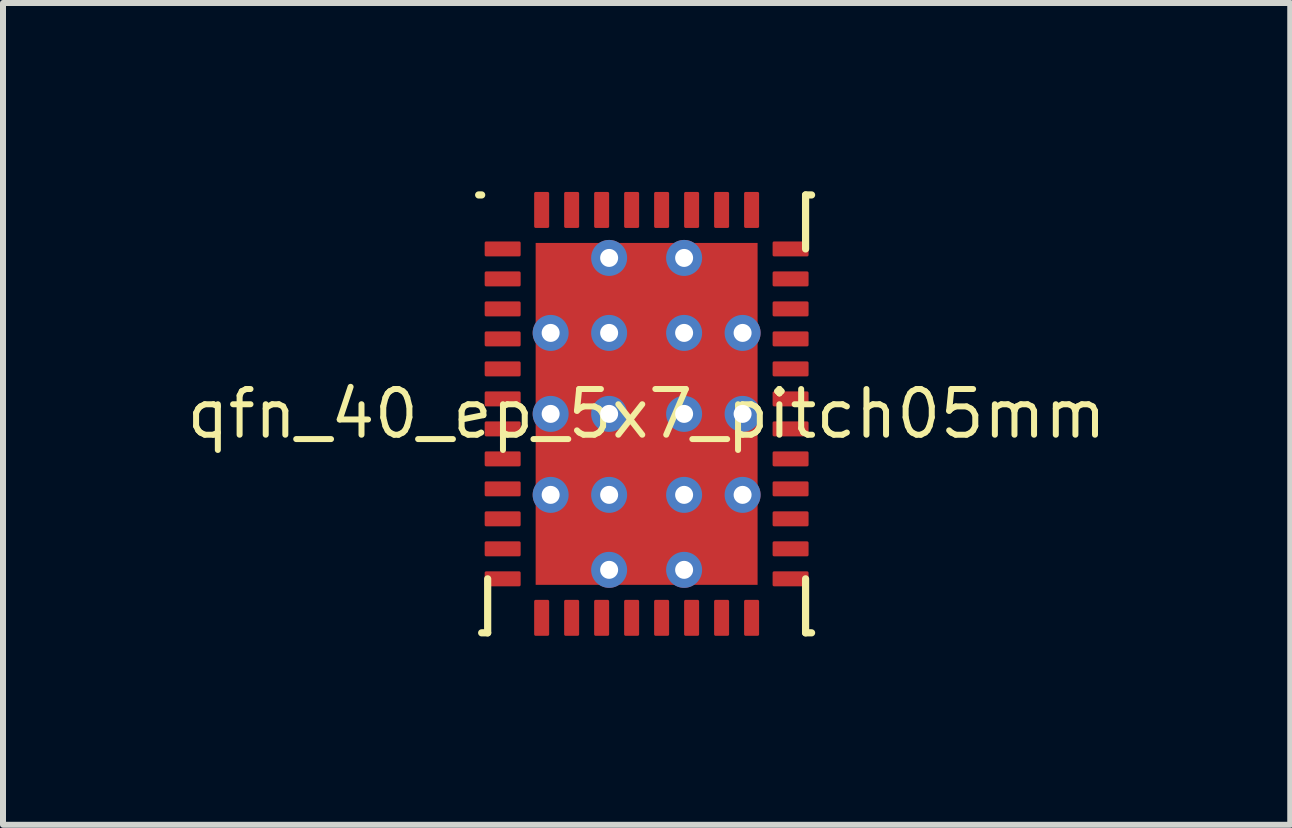
<source format=kicad_pcb>
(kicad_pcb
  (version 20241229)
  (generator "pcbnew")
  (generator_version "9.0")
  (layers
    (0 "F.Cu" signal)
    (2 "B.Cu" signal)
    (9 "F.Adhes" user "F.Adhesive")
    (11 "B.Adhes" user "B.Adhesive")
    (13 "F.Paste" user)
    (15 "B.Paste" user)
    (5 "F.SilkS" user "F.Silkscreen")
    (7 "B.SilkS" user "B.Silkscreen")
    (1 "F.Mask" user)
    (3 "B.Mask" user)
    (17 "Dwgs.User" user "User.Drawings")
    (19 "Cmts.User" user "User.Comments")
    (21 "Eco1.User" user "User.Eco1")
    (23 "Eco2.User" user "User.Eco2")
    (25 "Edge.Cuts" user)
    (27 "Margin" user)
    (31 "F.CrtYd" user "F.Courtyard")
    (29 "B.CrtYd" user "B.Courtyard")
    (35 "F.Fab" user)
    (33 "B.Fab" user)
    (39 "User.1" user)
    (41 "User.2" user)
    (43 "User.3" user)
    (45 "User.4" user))
  (footprint "qfn_40_ep_5x7_pitch05mm"
    (layer "F.Cu")
    (at 7.73 3.85)
    (property "Reference" "qfn_40_ep_5x7_pitch05mm" (at 0 0 0) (layer "F.SilkS") (effects (font (size 0.762 0.762) (thickness 0.1))))
    (attr through_hole)
    (fp_poly (pts (xy -2 3) (xy 2 3) (xy 2 -3) (xy -2 -3)) (stroke (width 0) (type solid)) (fill yes) (layer "F.Mask"))
    (fp_poly (pts (xy -1.15 -1.35) (xy -1.159 -1.438) (xy -1.184 -1.522) (xy -1.226 -1.6) (xy -1.282 -1.668) (xy -1.35 -1.724) (xy -1.428 -1.766) (xy -1.512 -1.791) (xy -1.6 -1.8) (xy -1.688 -1.791) (xy -1.772 -1.766) (xy -1.85 -1.724) (xy -1.918 -1.668) (xy -1.974 -1.6) (xy -2.016 -1.522) (xy -2.041 -1.438) (xy -2.05 -1.35) (xy -2.041 -1.262) (xy -2.016 -1.178) (xy -1.974 -1.1) (xy -1.918 -1.032) (xy -1.85 -0.976) (xy -1.772 -0.934) (xy -1.688 -0.909) (xy -1.6 -0.9) (xy -1.512 -0.909) (xy -1.428 -0.934) (xy -1.35 -0.976) (xy -1.282 -1.032) (xy -1.226 -1.1) (xy -1.184 -1.178) (xy -1.159 -1.262)) (stroke (width 0) (type solid)) (fill yes) (layer "F.Mask"))
    (fp_poly (pts (xy -1.15 0) (xy -1.159 -0.088) (xy -1.184 -0.172) (xy -1.226 -0.25) (xy -1.282 -0.318) (xy -1.35 -0.374) (xy -1.428 -0.416) (xy -1.512 -0.441) (xy -1.6 -0.45) (xy -1.688 -0.441) (xy -1.772 -0.416) (xy -1.85 -0.374) (xy -1.918 -0.318) (xy -1.974 -0.25) (xy -2.016 -0.172) (xy -2.041 -0.088) (xy -2.05 0) (xy -2.041 0.088) (xy -2.016 0.172) (xy -1.974 0.25) (xy -1.918 0.318) (xy -1.85 0.374) (xy -1.772 0.416) (xy -1.688 0.441) (xy -1.6 0.45) (xy -1.512 0.441) (xy -1.428 0.416) (xy -1.35 0.374) (xy -1.282 0.318) (xy -1.226 0.25) (xy -1.184 0.172) (xy -1.159 0.088)) (stroke (width 0) (type solid)) (fill yes) (layer "F.Mask"))
    (fp_poly (pts (xy -1.15 1.35) (xy -1.159 1.262) (xy -1.184 1.178) (xy -1.226 1.1) (xy -1.282 1.032) (xy -1.35 0.976) (xy -1.428 0.934) (xy -1.512 0.909) (xy -1.6 0.9) (xy -1.688 0.909) (xy -1.772 0.934) (xy -1.85 0.976) (xy -1.918 1.032) (xy -1.974 1.1) (xy -2.016 1.178) (xy -2.041 1.262) (xy -2.05 1.35) (xy -2.041 1.438) (xy -2.016 1.522) (xy -1.974 1.6) (xy -1.918 1.668) (xy -1.85 1.724) (xy -1.772 1.766) (xy -1.688 1.791) (xy -1.6 1.8) (xy -1.512 1.791) (xy -1.428 1.766) (xy -1.35 1.724) (xy -1.282 1.668) (xy -1.226 1.6) (xy -1.184 1.522) (xy -1.159 1.438)) (stroke (width 0) (type solid)) (fill yes) (layer "F.Mask"))
    (fp_poly (pts (xy -0.175 -2.6) (xy -0.184 -2.688) (xy -0.209 -2.772) (xy -0.251 -2.85) (xy -0.307 -2.918) (xy -0.375 -2.974) (xy -0.453 -3.016) (xy -0.537 -3.041) (xy -0.625 -3.05) (xy -0.713 -3.041) (xy -0.797 -3.016) (xy -0.875 -2.974) (xy -0.943 -2.918) (xy -0.999 -2.85) (xy -1.041 -2.772) (xy -1.066 -2.688) (xy -1.075 -2.6) (xy -1.066 -2.512) (xy -1.041 -2.428) (xy -0.999 -2.35) (xy -0.943 -2.282) (xy -0.875 -2.226) (xy -0.797 -2.184) (xy -0.713 -2.159) (xy -0.625 -2.15) (xy -0.537 -2.159) (xy -0.453 -2.184) (xy -0.375 -2.226) (xy -0.307 -2.282) (xy -0.251 -2.35) (xy -0.209 -2.428) (xy -0.184 -2.512)) (stroke (width 0) (type solid)) (fill yes) (layer "F.Mask"))
    (fp_poly (pts (xy -0.175 -1.35) (xy -0.184 -1.438) (xy -0.209 -1.522) (xy -0.251 -1.6) (xy -0.307 -1.668) (xy -0.375 -1.724) (xy -0.453 -1.766) (xy -0.537 -1.791) (xy -0.625 -1.8) (xy -0.713 -1.791) (xy -0.797 -1.766) (xy -0.875 -1.724) (xy -0.943 -1.668) (xy -0.999 -1.6) (xy -1.041 -1.522) (xy -1.066 -1.438) (xy -1.075 -1.35) (xy -1.066 -1.262) (xy -1.041 -1.178) (xy -0.999 -1.1) (xy -0.943 -1.032) (xy -0.875 -0.976) (xy -0.797 -0.934) (xy -0.713 -0.909) (xy -0.625 -0.9) (xy -0.537 -0.909) (xy -0.453 -0.934) (xy -0.375 -0.976) (xy -0.307 -1.032) (xy -0.251 -1.1) (xy -0.209 -1.178) (xy -0.184 -1.262)) (stroke (width 0) (type solid)) (fill yes) (layer "F.Mask"))
    (fp_poly (pts (xy -0.175 0) (xy -0.184 -0.088) (xy -0.209 -0.172) (xy -0.251 -0.25) (xy -0.307 -0.318) (xy -0.375 -0.374) (xy -0.453 -0.416) (xy -0.537 -0.441) (xy -0.625 -0.45) (xy -0.713 -0.441) (xy -0.797 -0.416) (xy -0.875 -0.374) (xy -0.943 -0.318) (xy -0.999 -0.25) (xy -1.041 -0.172) (xy -1.066 -0.088) (xy -1.075 0) (xy -1.066 0.088) (xy -1.041 0.172) (xy -0.999 0.25) (xy -0.943 0.318) (xy -0.875 0.374) (xy -0.797 0.416) (xy -0.713 0.441) (xy -0.625 0.45) (xy -0.537 0.441) (xy -0.453 0.416) (xy -0.375 0.374) (xy -0.307 0.318) (xy -0.251 0.25) (xy -0.209 0.172) (xy -0.184 0.088)) (stroke (width 0) (type solid)) (fill yes) (layer "F.Mask"))
    (fp_poly (pts (xy -0.175 1.35) (xy -0.184 1.262) (xy -0.209 1.178) (xy -0.251 1.1) (xy -0.307 1.032) (xy -0.375 0.976) (xy -0.453 0.934) (xy -0.537 0.909) (xy -0.625 0.9) (xy -0.713 0.909) (xy -0.797 0.934) (xy -0.875 0.976) (xy -0.943 1.032) (xy -0.999 1.1) (xy -1.041 1.178) (xy -1.066 1.262) (xy -1.075 1.35) (xy -1.066 1.438) (xy -1.041 1.522) (xy -0.999 1.6) (xy -0.943 1.668) (xy -0.875 1.724) (xy -0.797 1.766) (xy -0.713 1.791) (xy -0.625 1.8) (xy -0.537 1.791) (xy -0.453 1.766) (xy -0.375 1.724) (xy -0.307 1.668) (xy -0.251 1.6) (xy -0.209 1.522) (xy -0.184 1.438)) (stroke (width 0) (type solid)) (fill yes) (layer "F.Mask"))
    (fp_poly (pts (xy -0.175 2.6) (xy -0.184 2.512) (xy -0.209 2.428) (xy -0.251 2.35) (xy -0.307 2.282) (xy -0.375 2.226) (xy -0.453 2.184) (xy -0.537 2.159) (xy -0.625 2.15) (xy -0.713 2.159) (xy -0.797 2.184) (xy -0.875 2.226) (xy -0.943 2.282) (xy -0.999 2.35) (xy -1.041 2.428) (xy -1.066 2.512) (xy -1.075 2.6) (xy -1.066 2.688) (xy -1.041 2.772) (xy -0.999 2.85) (xy -0.943 2.918) (xy -0.875 2.974) (xy -0.797 3.016) (xy -0.713 3.041) (xy -0.625 3.05) (xy -0.537 3.041) (xy -0.453 3.016) (xy -0.375 2.974) (xy -0.307 2.918) (xy -0.251 2.85) (xy -0.209 2.772) (xy -0.184 2.688)) (stroke (width 0) (type solid)) (fill yes) (layer "F.Mask"))
    (fp_poly (pts (xy 1.075 -2.6) (xy 1.066 -2.688) (xy 1.041 -2.772) (xy 0.999 -2.85) (xy 0.943 -2.918) (xy 0.875 -2.974) (xy 0.797 -3.016) (xy 0.713 -3.041) (xy 0.625 -3.05) (xy 0.537 -3.041) (xy 0.453 -3.016) (xy 0.375 -2.974) (xy 0.307 -2.918) (xy 0.251 -2.85) (xy 0.209 -2.772) (xy 0.184 -2.688) (xy 0.175 -2.6) (xy 0.184 -2.512) (xy 0.209 -2.428) (xy 0.251 -2.35) (xy 0.307 -2.282) (xy 0.375 -2.226) (xy 0.453 -2.184) (xy 0.537 -2.159) (xy 0.625 -2.15) (xy 0.713 -2.159) (xy 0.797 -2.184) (xy 0.875 -2.226) (xy 0.943 -2.282) (xy 0.999 -2.35) (xy 1.041 -2.428) (xy 1.066 -2.512)) (stroke (width 0) (type solid)) (fill yes) (layer "F.Mask"))
    (fp_poly (pts (xy 1.075 -1.35) (xy 1.066 -1.438) (xy 1.041 -1.522) (xy 0.999 -1.6) (xy 0.943 -1.668) (xy 0.875 -1.724) (xy 0.797 -1.766) (xy 0.713 -1.791) (xy 0.625 -1.8) (xy 0.537 -1.791) (xy 0.453 -1.766) (xy 0.375 -1.724) (xy 0.307 -1.668) (xy 0.251 -1.6) (xy 0.209 -1.522) (xy 0.184 -1.438) (xy 0.175 -1.35) (xy 0.184 -1.262) (xy 0.209 -1.178) (xy 0.251 -1.1) (xy 0.307 -1.032) (xy 0.375 -0.976) (xy 0.453 -0.934) (xy 0.537 -0.909) (xy 0.625 -0.9) (xy 0.713 -0.909) (xy 0.797 -0.934) (xy 0.875 -0.976) (xy 0.943 -1.032) (xy 0.999 -1.1) (xy 1.041 -1.178) (xy 1.066 -1.262)) (stroke (width 0) (type solid)) (fill yes) (layer "F.Mask"))
    (fp_poly (pts (xy 1.075 0) (xy 1.066 -0.088) (xy 1.041 -0.172) (xy 0.999 -0.25) (xy 0.943 -0.318) (xy 0.875 -0.374) (xy 0.797 -0.416) (xy 0.713 -0.441) (xy 0.625 -0.45) (xy 0.537 -0.441) (xy 0.453 -0.416) (xy 0.375 -0.374) (xy 0.307 -0.318) (xy 0.251 -0.25) (xy 0.209 -0.172) (xy 0.184 -0.088) (xy 0.175 0) (xy 0.184 0.088) (xy 0.209 0.172) (xy 0.251 0.25) (xy 0.307 0.318) (xy 0.375 0.374) (xy 0.453 0.416) (xy 0.537 0.441) (xy 0.625 0.45) (xy 0.713 0.441) (xy 0.797 0.416) (xy 0.875 0.374) (xy 0.943 0.318) (xy 0.999 0.25) (xy 1.041 0.172) (xy 1.066 0.088)) (stroke (width 0) (type solid)) (fill yes) (layer "F.Mask"))
    (fp_poly (pts (xy 1.075 1.35) (xy 1.066 1.262) (xy 1.041 1.178) (xy 0.999 1.1) (xy 0.943 1.032) (xy 0.875 0.976) (xy 0.797 0.934) (xy 0.713 0.909) (xy 0.625 0.9) (xy 0.537 0.909) (xy 0.453 0.934) (xy 0.375 0.976) (xy 0.307 1.032) (xy 0.251 1.1) (xy 0.209 1.178) (xy 0.184 1.262) (xy 0.175 1.35) (xy 0.184 1.438) (xy 0.209 1.522) (xy 0.251 1.6) (xy 0.307 1.668) (xy 0.375 1.724) (xy 0.453 1.766) (xy 0.537 1.791) (xy 0.625 1.8) (xy 0.713 1.791) (xy 0.797 1.766) (xy 0.875 1.724) (xy 0.943 1.668) (xy 0.999 1.6) (xy 1.041 1.522) (xy 1.066 1.438)) (stroke (width 0) (type solid)) (fill yes) (layer "F.Mask"))
    (fp_poly (pts (xy 1.075 2.6) (xy 1.066 2.512) (xy 1.041 2.428) (xy 0.999 2.35) (xy 0.943 2.282) (xy 0.875 2.226) (xy 0.797 2.184) (xy 0.713 2.159) (xy 0.625 2.15) (xy 0.537 2.159) (xy 0.453 2.184) (xy 0.375 2.226) (xy 0.307 2.282) (xy 0.251 2.35) (xy 0.209 2.428) (xy 0.184 2.512) (xy 0.175 2.6) (xy 0.184 2.688) (xy 0.209 2.772) (xy 0.251 2.85) (xy 0.307 2.918) (xy 0.375 2.974) (xy 0.453 3.016) (xy 0.537 3.041) (xy 0.625 3.05) (xy 0.713 3.041) (xy 0.797 3.016) (xy 0.875 2.974) (xy 0.943 2.918) (xy 0.999 2.85) (xy 1.041 2.772) (xy 1.066 2.688)) (stroke (width 0) (type solid)) (fill yes) (layer "F.Mask"))
    (fp_poly (pts (xy 2.05 -1.35) (xy 2.041 -1.438) (xy 2.016 -1.522) (xy 1.974 -1.6) (xy 1.918 -1.668) (xy 1.85 -1.724) (xy 1.772 -1.766) (xy 1.688 -1.791) (xy 1.6 -1.8) (xy 1.512 -1.791) (xy 1.428 -1.766) (xy 1.35 -1.724) (xy 1.282 -1.668) (xy 1.226 -1.6) (xy 1.184 -1.522) (xy 1.159 -1.438) (xy 1.15 -1.35) (xy 1.159 -1.262) (xy 1.184 -1.178) (xy 1.226 -1.1) (xy 1.282 -1.032) (xy 1.35 -0.976) (xy 1.428 -0.934) (xy 1.512 -0.909) (xy 1.6 -0.9) (xy 1.688 -0.909) (xy 1.772 -0.934) (xy 1.85 -0.976) (xy 1.918 -1.032) (xy 1.974 -1.1) (xy 2.016 -1.178) (xy 2.041 -1.262)) (stroke (width 0) (type solid)) (fill yes) (layer "F.Mask"))
    (fp_poly (pts (xy 2.05 0) (xy 2.041 -0.088) (xy 2.016 -0.172) (xy 1.974 -0.25) (xy 1.918 -0.318) (xy 1.85 -0.374) (xy 1.772 -0.416) (xy 1.688 -0.441) (xy 1.6 -0.45) (xy 1.512 -0.441) (xy 1.428 -0.416) (xy 1.35 -0.374) (xy 1.282 -0.318) (xy 1.226 -0.25) (xy 1.184 -0.172) (xy 1.159 -0.088) (xy 1.15 0) (xy 1.159 0.088) (xy 1.184 0.172) (xy 1.226 0.25) (xy 1.282 0.318) (xy 1.35 0.374) (xy 1.428 0.416) (xy 1.512 0.441) (xy 1.6 0.45) (xy 1.688 0.441) (xy 1.772 0.416) (xy 1.85 0.374) (xy 1.918 0.318) (xy 1.974 0.25) (xy 2.016 0.172) (xy 2.041 0.088)) (stroke (width 0) (type solid)) (fill yes) (layer "F.Mask"))
    (fp_poly (pts (xy 2.05 1.35) (xy 2.041 1.262) (xy 2.016 1.178) (xy 1.974 1.1) (xy 1.918 1.032) (xy 1.85 0.976) (xy 1.772 0.934) (xy 1.688 0.909) (xy 1.6 0.9) (xy 1.512 0.909) (xy 1.428 0.934) (xy 1.35 0.976) (xy 1.282 1.032) (xy 1.226 1.1) (xy 1.184 1.178) (xy 1.159 1.262) (xy 1.15 1.35) (xy 1.159 1.438) (xy 1.184 1.522) (xy 1.226 1.6) (xy 1.282 1.668) (xy 1.35 1.724) (xy 1.428 1.766) (xy 1.512 1.791) (xy 1.6 1.8) (xy 1.688 1.791) (xy 1.772 1.766) (xy 1.85 1.724) (xy 1.918 1.668) (xy 1.974 1.6) (xy 2.016 1.522) (xy 2.041 1.438)) (stroke (width 0) (type solid)) (fill yes) (layer "F.Mask"))
    (fp_poly (pts (xy -2.675 -3.025) (xy -2.709 -3.022) (xy -2.742 -3.012) (xy -2.772 -2.996) (xy -2.799 -2.974) (xy -2.821 -2.947) (xy -2.837 -2.917) (xy -2.847 -2.884) (xy -2.85 -2.85) (xy -2.85 -2.65) (xy -2.847 -2.616) (xy -2.837 -2.583) (xy -2.821 -2.553) (xy -2.799 -2.526) (xy -2.772 -2.504) (xy -2.742 -2.488) (xy -2.709 -2.478) (xy -2.675 -2.475) (xy -2.125 -2.475) (xy -2.091 -2.478) (xy -2.058 -2.488) (xy -2.028 -2.504) (xy -2.001 -2.526) (xy -1.979 -2.553) (xy -1.963 -2.583) (xy -1.953 -2.616) (xy -1.95 -2.65) (xy -1.95 -2.85) (xy -1.953 -2.884) (xy -1.963 -2.917) (xy -1.979 -2.947) (xy -2.001 -2.974) (xy -2.028 -2.996) (xy -2.058 -3.012) (xy -2.091 -3.022) (xy -2.125 -3.025)) (stroke (width 0) (type solid)) (fill yes) (layer "F.Mask"))
    (fp_poly (pts (xy -2.675 -2.525) (xy -2.709 -2.522) (xy -2.742 -2.512) (xy -2.772 -2.496) (xy -2.799 -2.474) (xy -2.821 -2.447) (xy -2.837 -2.417) (xy -2.847 -2.384) (xy -2.85 -2.35) (xy -2.85 -2.15) (xy -2.847 -2.116) (xy -2.837 -2.083) (xy -2.821 -2.053) (xy -2.799 -2.026) (xy -2.772 -2.004) (xy -2.742 -1.988) (xy -2.709 -1.978) (xy -2.675 -1.975) (xy -2.125 -1.975) (xy -2.091 -1.978) (xy -2.058 -1.988) (xy -2.028 -2.004) (xy -2.001 -2.026) (xy -1.979 -2.053) (xy -1.963 -2.083) (xy -1.953 -2.116) (xy -1.95 -2.15) (xy -1.95 -2.35) (xy -1.953 -2.384) (xy -1.963 -2.417) (xy -1.979 -2.447) (xy -2.001 -2.474) (xy -2.028 -2.496) (xy -2.058 -2.512) (xy -2.091 -2.522) (xy -2.125 -2.525)) (stroke (width 0) (type solid)) (fill yes) (layer "F.Mask"))
    (fp_poly (pts (xy -2.675 -2.025) (xy -2.709 -2.022) (xy -2.742 -2.012) (xy -2.772 -1.996) (xy -2.799 -1.974) (xy -2.821 -1.947) (xy -2.837 -1.917) (xy -2.847 -1.884) (xy -2.85 -1.85) (xy -2.85 -1.65) (xy -2.847 -1.616) (xy -2.837 -1.583) (xy -2.821 -1.553) (xy -2.799 -1.526) (xy -2.772 -1.504) (xy -2.742 -1.488) (xy -2.709 -1.478) (xy -2.675 -1.475) (xy -2.125 -1.475) (xy -2.091 -1.478) (xy -2.058 -1.488) (xy -2.028 -1.504) (xy -2.001 -1.526) (xy -1.979 -1.553) (xy -1.963 -1.583) (xy -1.953 -1.616) (xy -1.95 -1.65) (xy -1.95 -1.85) (xy -1.953 -1.884) (xy -1.963 -1.917) (xy -1.979 -1.947) (xy -2.001 -1.974) (xy -2.028 -1.996) (xy -2.058 -2.012) (xy -2.091 -2.022) (xy -2.125 -2.025)) (stroke (width 0) (type solid)) (fill yes) (layer "F.Mask"))
    (fp_poly (pts (xy -2.675 -1.525) (xy -2.709 -1.522) (xy -2.742 -1.512) (xy -2.772 -1.496) (xy -2.799 -1.474) (xy -2.821 -1.447) (xy -2.837 -1.417) (xy -2.847 -1.384) (xy -2.85 -1.35) (xy -2.85 -1.15) (xy -2.847 -1.116) (xy -2.837 -1.083) (xy -2.821 -1.053) (xy -2.799 -1.026) (xy -2.772 -1.004) (xy -2.742 -0.988) (xy -2.709 -0.978) (xy -2.675 -0.975) (xy -2.125 -0.975) (xy -2.091 -0.978) (xy -2.058 -0.988) (xy -2.028 -1.004) (xy -2.001 -1.026) (xy -1.979 -1.053) (xy -1.963 -1.083) (xy -1.953 -1.116) (xy -1.95 -1.15) (xy -1.95 -1.35) (xy -1.953 -1.384) (xy -1.963 -1.417) (xy -1.979 -1.447) (xy -2.001 -1.474) (xy -2.028 -1.496) (xy -2.058 -1.512) (xy -2.091 -1.522) (xy -2.125 -1.525)) (stroke (width 0) (type solid)) (fill yes) (layer "F.Mask"))
    (fp_poly (pts (xy -2.675 -1.025) (xy -2.709 -1.022) (xy -2.742 -1.012) (xy -2.772 -0.996) (xy -2.799 -0.974) (xy -2.821 -0.947) (xy -2.837 -0.917) (xy -2.847 -0.884) (xy -2.85 -0.85) (xy -2.85 -0.65) (xy -2.847 -0.616) (xy -2.837 -0.583) (xy -2.821 -0.553) (xy -2.799 -0.526) (xy -2.772 -0.504) (xy -2.742 -0.488) (xy -2.709 -0.478) (xy -2.675 -0.475) (xy -2.125 -0.475) (xy -2.091 -0.478) (xy -2.058 -0.488) (xy -2.028 -0.504) (xy -2.001 -0.526) (xy -1.979 -0.553) (xy -1.963 -0.583) (xy -1.953 -0.616) (xy -1.95 -0.65) (xy -1.95 -0.85) (xy -1.953 -0.884) (xy -1.963 -0.917) (xy -1.979 -0.947) (xy -2.001 -0.974) (xy -2.028 -0.996) (xy -2.058 -1.012) (xy -2.091 -1.022) (xy -2.125 -1.025)) (stroke (width 0) (type solid)) (fill yes) (layer "F.Mask"))
    (fp_poly (pts (xy -2.675 -0.525) (xy -2.709 -0.522) (xy -2.742 -0.512) (xy -2.772 -0.496) (xy -2.799 -0.474) (xy -2.821 -0.447) (xy -2.837 -0.417) (xy -2.847 -0.384) (xy -2.85 -0.35) (xy -2.85 -0.15) (xy -2.847 -0.116) (xy -2.837 -0.083) (xy -2.821 -0.053) (xy -2.799 -0.026) (xy -2.772 -0.004) (xy -2.742 0.012) (xy -2.709 0.022) (xy -2.675 0.025) (xy -2.125 0.025) (xy -2.091 0.022) (xy -2.058 0.012) (xy -2.028 -0.004) (xy -2.001 -0.026) (xy -1.979 -0.053) (xy -1.963 -0.083) (xy -1.953 -0.116) (xy -1.95 -0.15) (xy -1.95 -0.35) (xy -1.953 -0.384) (xy -1.963 -0.417) (xy -1.979 -0.447) (xy -2.001 -0.474) (xy -2.028 -0.496) (xy -2.058 -0.512) (xy -2.091 -0.522) (xy -2.125 -0.525)) (stroke (width 0) (type solid)) (fill yes) (layer "F.Mask"))
    (fp_poly (pts (xy -2.675 -0.025) (xy -2.709 -0.022) (xy -2.742 -0.012) (xy -2.772 0.004) (xy -2.799 0.026) (xy -2.821 0.053) (xy -2.837 0.083) (xy -2.847 0.116) (xy -2.85 0.15) (xy -2.85 0.35) (xy -2.847 0.384) (xy -2.837 0.417) (xy -2.821 0.447) (xy -2.799 0.474) (xy -2.772 0.496) (xy -2.742 0.512) (xy -2.709 0.522) (xy -2.675 0.525) (xy -2.125 0.525) (xy -2.091 0.522) (xy -2.058 0.512) (xy -2.028 0.496) (xy -2.001 0.474) (xy -1.979 0.447) (xy -1.963 0.417) (xy -1.953 0.384) (xy -1.95 0.35) (xy -1.95 0.15) (xy -1.953 0.116) (xy -1.963 0.083) (xy -1.979 0.053) (xy -2.001 0.026) (xy -2.028 0.004) (xy -2.058 -0.012) (xy -2.091 -0.022) (xy -2.125 -0.025)) (stroke (width 0) (type solid)) (fill yes) (layer "F.Mask"))
    (fp_poly (pts (xy -2.675 0.475) (xy -2.709 0.478) (xy -2.742 0.488) (xy -2.772 0.504) (xy -2.799 0.526) (xy -2.821 0.553) (xy -2.837 0.583) (xy -2.847 0.616) (xy -2.85 0.65) (xy -2.85 0.85) (xy -2.847 0.884) (xy -2.837 0.917) (xy -2.821 0.947) (xy -2.799 0.974) (xy -2.772 0.996) (xy -2.742 1.012) (xy -2.709 1.022) (xy -2.675 1.025) (xy -2.125 1.025) (xy -2.091 1.022) (xy -2.058 1.012) (xy -2.028 0.996) (xy -2.001 0.974) (xy -1.979 0.947) (xy -1.963 0.917) (xy -1.953 0.884) (xy -1.95 0.85) (xy -1.95 0.65) (xy -1.953 0.616) (xy -1.963 0.583) (xy -1.979 0.553) (xy -2.001 0.526) (xy -2.028 0.504) (xy -2.058 0.488) (xy -2.091 0.478) (xy -2.125 0.475)) (stroke (width 0) (type solid)) (fill yes) (layer "F.Mask"))
    (fp_poly (pts (xy -2.675 0.975) (xy -2.709 0.978) (xy -2.742 0.988) (xy -2.772 1.004) (xy -2.799 1.026) (xy -2.821 1.053) (xy -2.837 1.083) (xy -2.847 1.116) (xy -2.85 1.15) (xy -2.85 1.35) (xy -2.847 1.384) (xy -2.837 1.417) (xy -2.821 1.447) (xy -2.799 1.474) (xy -2.772 1.496) (xy -2.742 1.512) (xy -2.709 1.522) (xy -2.675 1.525) (xy -2.125 1.525) (xy -2.091 1.522) (xy -2.058 1.512) (xy -2.028 1.496) (xy -2.001 1.474) (xy -1.979 1.447) (xy -1.963 1.417) (xy -1.953 1.384) (xy -1.95 1.35) (xy -1.95 1.15) (xy -1.953 1.116) (xy -1.963 1.083) (xy -1.979 1.053) (xy -2.001 1.026) (xy -2.028 1.004) (xy -2.058 0.988) (xy -2.091 0.978) (xy -2.125 0.975)) (stroke (width 0) (type solid)) (fill yes) (layer "F.Mask"))
    (fp_poly (pts (xy -2.675 1.475) (xy -2.709 1.478) (xy -2.742 1.488) (xy -2.772 1.504) (xy -2.799 1.526) (xy -2.821 1.553) (xy -2.837 1.583) (xy -2.847 1.616) (xy -2.85 1.65) (xy -2.85 1.85) (xy -2.847 1.884) (xy -2.837 1.917) (xy -2.821 1.947) (xy -2.799 1.974) (xy -2.772 1.996) (xy -2.742 2.012) (xy -2.709 2.022) (xy -2.675 2.025) (xy -2.125 2.025) (xy -2.091 2.022) (xy -2.058 2.012) (xy -2.028 1.996) (xy -2.001 1.974) (xy -1.979 1.947) (xy -1.963 1.917) (xy -1.953 1.884) (xy -1.95 1.85) (xy -1.95 1.65) (xy -1.953 1.616) (xy -1.963 1.583) (xy -1.979 1.553) (xy -2.001 1.526) (xy -2.028 1.504) (xy -2.058 1.488) (xy -2.091 1.478) (xy -2.125 1.475)) (stroke (width 0) (type solid)) (fill yes) (layer "F.Mask"))
    (fp_poly (pts (xy -2.675 1.975) (xy -2.709 1.978) (xy -2.742 1.988) (xy -2.772 2.004) (xy -2.799 2.026) (xy -2.821 2.053) (xy -2.837 2.083) (xy -2.847 2.116) (xy -2.85 2.15) (xy -2.85 2.35) (xy -2.847 2.384) (xy -2.837 2.417) (xy -2.821 2.447) (xy -2.799 2.474) (xy -2.772 2.496) (xy -2.742 2.512) (xy -2.709 2.522) (xy -2.675 2.525) (xy -2.125 2.525) (xy -2.091 2.522) (xy -2.058 2.512) (xy -2.028 2.496) (xy -2.001 2.474) (xy -1.979 2.447) (xy -1.963 2.417) (xy -1.953 2.384) (xy -1.95 2.35) (xy -1.95 2.15) (xy -1.953 2.116) (xy -1.963 2.083) (xy -1.979 2.053) (xy -2.001 2.026) (xy -2.028 2.004) (xy -2.058 1.988) (xy -2.091 1.978) (xy -2.125 1.975)) (stroke (width 0) (type solid)) (fill yes) (layer "F.Mask"))
    (fp_poly (pts (xy -2.675 2.475) (xy -2.709 2.478) (xy -2.742 2.488) (xy -2.772 2.504) (xy -2.799 2.526) (xy -2.821 2.553) (xy -2.837 2.583) (xy -2.847 2.616) (xy -2.85 2.65) (xy -2.85 2.85) (xy -2.847 2.884) (xy -2.837 2.917) (xy -2.821 2.947) (xy -2.799 2.974) (xy -2.772 2.996) (xy -2.742 3.012) (xy -2.709 3.022) (xy -2.675 3.025) (xy -2.125 3.025) (xy -2.091 3.022) (xy -2.058 3.012) (xy -2.028 2.996) (xy -2.001 2.974) (xy -1.979 2.947) (xy -1.963 2.917) (xy -1.953 2.884) (xy -1.95 2.85) (xy -1.95 2.65) (xy -1.953 2.616) (xy -1.963 2.583) (xy -1.979 2.553) (xy -2.001 2.526) (xy -2.028 2.504) (xy -2.058 2.488) (xy -2.091 2.478) (xy -2.125 2.475)) (stroke (width 0) (type solid)) (fill yes) (layer "F.Mask"))
    (fp_poly (pts (xy -2.025 -3.125) (xy -2.022 -3.091) (xy -2.012 -3.058) (xy -1.996 -3.028) (xy -1.974 -3.001) (xy -1.947 -2.979) (xy -1.917 -2.963) (xy -1.884 -2.953) (xy -1.85 -2.95) (xy -1.65 -2.95) (xy -1.616 -2.953) (xy -1.583 -2.963) (xy -1.553 -2.979) (xy -1.526 -3.001) (xy -1.504 -3.028) (xy -1.488 -3.058) (xy -1.478 -3.091) (xy -1.475 -3.125) (xy -1.475 -3.675) (xy -1.478 -3.709) (xy -1.488 -3.742) (xy -1.504 -3.772) (xy -1.526 -3.799) (xy -1.553 -3.821) (xy -1.583 -3.837) (xy -1.616 -3.847) (xy -1.65 -3.85) (xy -1.85 -3.85) (xy -1.884 -3.847) (xy -1.917 -3.837) (xy -1.947 -3.821) (xy -1.974 -3.799) (xy -1.996 -3.772) (xy -2.012 -3.742) (xy -2.022 -3.709) (xy -2.025 -3.675)) (stroke (width 0) (type solid)) (fill yes) (layer "F.Mask"))
    (fp_poly (pts (xy -2.025 3.675) (xy -2.022 3.709) (xy -2.012 3.742) (xy -1.996 3.772) (xy -1.974 3.799) (xy -1.947 3.821) (xy -1.917 3.837) (xy -1.884 3.847) (xy -1.85 3.85) (xy -1.65 3.85) (xy -1.616 3.847) (xy -1.583 3.837) (xy -1.553 3.821) (xy -1.526 3.799) (xy -1.504 3.772) (xy -1.488 3.742) (xy -1.478 3.709) (xy -1.475 3.675) (xy -1.475 3.125) (xy -1.478 3.091) (xy -1.488 3.058) (xy -1.504 3.028) (xy -1.526 3.001) (xy -1.553 2.979) (xy -1.583 2.963) (xy -1.616 2.953) (xy -1.65 2.95) (xy -1.85 2.95) (xy -1.884 2.953) (xy -1.917 2.963) (xy -1.947 2.979) (xy -1.974 3.001) (xy -1.996 3.028) (xy -2.012 3.058) (xy -2.022 3.091) (xy -2.025 3.125)) (stroke (width 0) (type solid)) (fill yes) (layer "F.Mask"))
    (fp_poly (pts (xy -1.525 -3.125) (xy -1.522 -3.091) (xy -1.512 -3.058) (xy -1.496 -3.028) (xy -1.474 -3.001) (xy -1.447 -2.979) (xy -1.417 -2.963) (xy -1.384 -2.953) (xy -1.35 -2.95) (xy -1.15 -2.95) (xy -1.116 -2.953) (xy -1.083 -2.963) (xy -1.053 -2.979) (xy -1.026 -3.001) (xy -1.004 -3.028) (xy -0.988 -3.058) (xy -0.978 -3.091) (xy -0.975 -3.125) (xy -0.975 -3.675) (xy -0.978 -3.709) (xy -0.988 -3.742) (xy -1.004 -3.772) (xy -1.026 -3.799) (xy -1.053 -3.821) (xy -1.083 -3.837) (xy -1.116 -3.847) (xy -1.15 -3.85) (xy -1.35 -3.85) (xy -1.384 -3.847) (xy -1.417 -3.837) (xy -1.447 -3.821) (xy -1.474 -3.799) (xy -1.496 -3.772) (xy -1.512 -3.742) (xy -1.522 -3.709) (xy -1.525 -3.675)) (stroke (width 0) (type solid)) (fill yes) (layer "F.Mask"))
    (fp_poly (pts (xy -1.525 3.675) (xy -1.522 3.709) (xy -1.512 3.742) (xy -1.496 3.772) (xy -1.474 3.799) (xy -1.447 3.821) (xy -1.417 3.837) (xy -1.384 3.847) (xy -1.35 3.85) (xy -1.15 3.85) (xy -1.116 3.847) (xy -1.083 3.837) (xy -1.053 3.821) (xy -1.026 3.799) (xy -1.004 3.772) (xy -0.988 3.742) (xy -0.978 3.709) (xy -0.975 3.675) (xy -0.975 3.125) (xy -0.978 3.091) (xy -0.988 3.058) (xy -1.004 3.028) (xy -1.026 3.001) (xy -1.053 2.979) (xy -1.083 2.963) (xy -1.116 2.953) (xy -1.15 2.95) (xy -1.35 2.95) (xy -1.384 2.953) (xy -1.417 2.963) (xy -1.447 2.979) (xy -1.474 3.001) (xy -1.496 3.028) (xy -1.512 3.058) (xy -1.522 3.091) (xy -1.525 3.125)) (stroke (width 0) (type solid)) (fill yes) (layer "F.Mask"))
    (fp_poly (pts (xy -1.025 -3.125) (xy -1.022 -3.091) (xy -1.012 -3.058) (xy -0.996 -3.028) (xy -0.974 -3.001) (xy -0.947 -2.979) (xy -0.917 -2.963) (xy -0.884 -2.953) (xy -0.85 -2.95) (xy -0.65 -2.95) (xy -0.616 -2.953) (xy -0.583 -2.963) (xy -0.553 -2.979) (xy -0.526 -3.001) (xy -0.504 -3.028) (xy -0.488 -3.058) (xy -0.478 -3.091) (xy -0.475 -3.125) (xy -0.475 -3.675) (xy -0.478 -3.709) (xy -0.488 -3.742) (xy -0.504 -3.772) (xy -0.526 -3.799) (xy -0.553 -3.821) (xy -0.583 -3.837) (xy -0.616 -3.847) (xy -0.65 -3.85) (xy -0.85 -3.85) (xy -0.884 -3.847) (xy -0.917 -3.837) (xy -0.947 -3.821) (xy -0.974 -3.799) (xy -0.996 -3.772) (xy -1.012 -3.742) (xy -1.022 -3.709) (xy -1.025 -3.675)) (stroke (width 0) (type solid)) (fill yes) (layer "F.Mask"))
    (fp_poly (pts (xy -1.025 3.675) (xy -1.022 3.709) (xy -1.012 3.742) (xy -0.996 3.772) (xy -0.974 3.799) (xy -0.947 3.821) (xy -0.917 3.837) (xy -0.884 3.847) (xy -0.85 3.85) (xy -0.65 3.85) (xy -0.616 3.847) (xy -0.583 3.837) (xy -0.553 3.821) (xy -0.526 3.799) (xy -0.504 3.772) (xy -0.488 3.742) (xy -0.478 3.709) (xy -0.475 3.675) (xy -0.475 3.125) (xy -0.478 3.091) (xy -0.488 3.058) (xy -0.504 3.028) (xy -0.526 3.001) (xy -0.553 2.979) (xy -0.583 2.963) (xy -0.616 2.953) (xy -0.65 2.95) (xy -0.85 2.95) (xy -0.884 2.953) (xy -0.917 2.963) (xy -0.947 2.979) (xy -0.974 3.001) (xy -0.996 3.028) (xy -1.012 3.058) (xy -1.022 3.091) (xy -1.025 3.125)) (stroke (width 0) (type solid)) (fill yes) (layer "F.Mask"))
    (fp_poly (pts (xy -0.525 -3.125) (xy -0.522 -3.091) (xy -0.512 -3.058) (xy -0.496 -3.028) (xy -0.474 -3.001) (xy -0.447 -2.979) (xy -0.417 -2.963) (xy -0.384 -2.953) (xy -0.35 -2.95) (xy -0.15 -2.95) (xy -0.116 -2.953) (xy -0.083 -2.963) (xy -0.053 -2.979) (xy -0.026 -3.001) (xy -0.004 -3.028) (xy 0.012 -3.058) (xy 0.022 -3.091) (xy 0.025 -3.125) (xy 0.025 -3.675) (xy 0.022 -3.709) (xy 0.012 -3.742) (xy -0.004 -3.772) (xy -0.026 -3.799) (xy -0.053 -3.821) (xy -0.083 -3.837) (xy -0.116 -3.847) (xy -0.15 -3.85) (xy -0.35 -3.85) (xy -0.384 -3.847) (xy -0.417 -3.837) (xy -0.447 -3.821) (xy -0.474 -3.799) (xy -0.496 -3.772) (xy -0.512 -3.742) (xy -0.522 -3.709) (xy -0.525 -3.675)) (stroke (width 0) (type solid)) (fill yes) (layer "F.Mask"))
    (fp_poly (pts (xy -0.525 3.675) (xy -0.522 3.709) (xy -0.512 3.742) (xy -0.496 3.772) (xy -0.474 3.799) (xy -0.447 3.821) (xy -0.417 3.837) (xy -0.384 3.847) (xy -0.35 3.85) (xy -0.15 3.85) (xy -0.116 3.847) (xy -0.083 3.837) (xy -0.053 3.821) (xy -0.026 3.799) (xy -0.004 3.772) (xy 0.012 3.742) (xy 0.022 3.709) (xy 0.025 3.675) (xy 0.025 3.125) (xy 0.022 3.091) (xy 0.012 3.058) (xy -0.004 3.028) (xy -0.026 3.001) (xy -0.053 2.979) (xy -0.083 2.963) (xy -0.116 2.953) (xy -0.15 2.95) (xy -0.35 2.95) (xy -0.384 2.953) (xy -0.417 2.963) (xy -0.447 2.979) (xy -0.474 3.001) (xy -0.496 3.028) (xy -0.512 3.058) (xy -0.522 3.091) (xy -0.525 3.125)) (stroke (width 0) (type solid)) (fill yes) (layer "F.Mask"))
    (fp_poly (pts (xy -0.025 -3.125) (xy -0.022 -3.091) (xy -0.012 -3.058) (xy 0.004 -3.028) (xy 0.026 -3.001) (xy 0.053 -2.979) (xy 0.083 -2.963) (xy 0.116 -2.953) (xy 0.15 -2.95) (xy 0.35 -2.95) (xy 0.384 -2.953) (xy 0.417 -2.963) (xy 0.447 -2.979) (xy 0.474 -3.001) (xy 0.496 -3.028) (xy 0.512 -3.058) (xy 0.522 -3.091) (xy 0.525 -3.125) (xy 0.525 -3.675) (xy 0.522 -3.709) (xy 0.512 -3.742) (xy 0.496 -3.772) (xy 0.474 -3.799) (xy 0.447 -3.821) (xy 0.417 -3.837) (xy 0.384 -3.847) (xy 0.35 -3.85) (xy 0.15 -3.85) (xy 0.116 -3.847) (xy 0.083 -3.837) (xy 0.053 -3.821) (xy 0.026 -3.799) (xy 0.004 -3.772) (xy -0.012 -3.742) (xy -0.022 -3.709) (xy -0.025 -3.675)) (stroke (width 0) (type solid)) (fill yes) (layer "F.Mask"))
    (fp_poly (pts (xy -0.025 3.675) (xy -0.022 3.709) (xy -0.012 3.742) (xy 0.004 3.772) (xy 0.026 3.799) (xy 0.053 3.821) (xy 0.083 3.837) (xy 0.116 3.847) (xy 0.15 3.85) (xy 0.35 3.85) (xy 0.384 3.847) (xy 0.417 3.837) (xy 0.447 3.821) (xy 0.474 3.799) (xy 0.496 3.772) (xy 0.512 3.742) (xy 0.522 3.709) (xy 0.525 3.675) (xy 0.525 3.125) (xy 0.522 3.091) (xy 0.512 3.058) (xy 0.496 3.028) (xy 0.474 3.001) (xy 0.447 2.979) (xy 0.417 2.963) (xy 0.384 2.953) (xy 0.35 2.95) (xy 0.15 2.95) (xy 0.116 2.953) (xy 0.083 2.963) (xy 0.053 2.979) (xy 0.026 3.001) (xy 0.004 3.028) (xy -0.012 3.058) (xy -0.022 3.091) (xy -0.025 3.125)) (stroke (width 0) (type solid)) (fill yes) (layer "F.Mask"))
    (fp_poly (pts (xy 0.475 -3.125) (xy 0.478 -3.091) (xy 0.488 -3.058) (xy 0.504 -3.028) (xy 0.526 -3.001) (xy 0.553 -2.979) (xy 0.583 -2.963) (xy 0.616 -2.953) (xy 0.65 -2.95) (xy 0.85 -2.95) (xy 0.884 -2.953) (xy 0.917 -2.963) (xy 0.947 -2.979) (xy 0.974 -3.001) (xy 0.996 -3.028) (xy 1.012 -3.058) (xy 1.022 -3.091) (xy 1.025 -3.125) (xy 1.025 -3.675) (xy 1.022 -3.709) (xy 1.012 -3.742) (xy 0.996 -3.772) (xy 0.974 -3.799) (xy 0.947 -3.821) (xy 0.917 -3.837) (xy 0.884 -3.847) (xy 0.85 -3.85) (xy 0.65 -3.85) (xy 0.616 -3.847) (xy 0.583 -3.837) (xy 0.553 -3.821) (xy 0.526 -3.799) (xy 0.504 -3.772) (xy 0.488 -3.742) (xy 0.478 -3.709) (xy 0.475 -3.675)) (stroke (width 0) (type solid)) (fill yes) (layer "F.Mask"))
    (fp_poly (pts (xy 0.475 3.675) (xy 0.478 3.709) (xy 0.488 3.742) (xy 0.504 3.772) (xy 0.526 3.799) (xy 0.553 3.821) (xy 0.583 3.837) (xy 0.616 3.847) (xy 0.65 3.85) (xy 0.85 3.85) (xy 0.884 3.847) (xy 0.917 3.837) (xy 0.947 3.821) (xy 0.974 3.799) (xy 0.996 3.772) (xy 1.012 3.742) (xy 1.022 3.709) (xy 1.025 3.675) (xy 1.025 3.125) (xy 1.022 3.091) (xy 1.012 3.058) (xy 0.996 3.028) (xy 0.974 3.001) (xy 0.947 2.979) (xy 0.917 2.963) (xy 0.884 2.953) (xy 0.85 2.95) (xy 0.65 2.95) (xy 0.616 2.953) (xy 0.583 2.963) (xy 0.553 2.979) (xy 0.526 3.001) (xy 0.504 3.028) (xy 0.488 3.058) (xy 0.478 3.091) (xy 0.475 3.125)) (stroke (width 0) (type solid)) (fill yes) (layer "F.Mask"))
    (fp_poly (pts (xy 0.975 -3.125) (xy 0.978 -3.091) (xy 0.988 -3.058) (xy 1.004 -3.028) (xy 1.026 -3.001) (xy 1.053 -2.979) (xy 1.083 -2.963) (xy 1.116 -2.953) (xy 1.15 -2.95) (xy 1.35 -2.95) (xy 1.384 -2.953) (xy 1.417 -2.963) (xy 1.447 -2.979) (xy 1.474 -3.001) (xy 1.496 -3.028) (xy 1.512 -3.058) (xy 1.522 -3.091) (xy 1.525 -3.125) (xy 1.525 -3.675) (xy 1.522 -3.709) (xy 1.512 -3.742) (xy 1.496 -3.772) (xy 1.474 -3.799) (xy 1.447 -3.821) (xy 1.417 -3.837) (xy 1.384 -3.847) (xy 1.35 -3.85) (xy 1.15 -3.85) (xy 1.116 -3.847) (xy 1.083 -3.837) (xy 1.053 -3.821) (xy 1.026 -3.799) (xy 1.004 -3.772) (xy 0.988 -3.742) (xy 0.978 -3.709) (xy 0.975 -3.675)) (stroke (width 0) (type solid)) (fill yes) (layer "F.Mask"))
    (fp_poly (pts (xy 0.975 3.675) (xy 0.978 3.709) (xy 0.988 3.742) (xy 1.004 3.772) (xy 1.026 3.799) (xy 1.053 3.821) (xy 1.083 3.837) (xy 1.116 3.847) (xy 1.15 3.85) (xy 1.35 3.85) (xy 1.384 3.847) (xy 1.417 3.837) (xy 1.447 3.821) (xy 1.474 3.799) (xy 1.496 3.772) (xy 1.512 3.742) (xy 1.522 3.709) (xy 1.525 3.675) (xy 1.525 3.125) (xy 1.522 3.091) (xy 1.512 3.058) (xy 1.496 3.028) (xy 1.474 3.001) (xy 1.447 2.979) (xy 1.417 2.963) (xy 1.384 2.953) (xy 1.35 2.95) (xy 1.15 2.95) (xy 1.116 2.953) (xy 1.083 2.963) (xy 1.053 2.979) (xy 1.026 3.001) (xy 1.004 3.028) (xy 0.988 3.058) (xy 0.978 3.091) (xy 0.975 3.125)) (stroke (width 0) (type solid)) (fill yes) (layer "F.Mask"))
    (fp_poly (pts (xy 1.475 -3.125) (xy 1.478 -3.091) (xy 1.488 -3.058) (xy 1.504 -3.028) (xy 1.526 -3.001) (xy 1.553 -2.979) (xy 1.583 -2.963) (xy 1.616 -2.953) (xy 1.65 -2.95) (xy 1.85 -2.95) (xy 1.884 -2.953) (xy 1.917 -2.963) (xy 1.947 -2.979) (xy 1.974 -3.001) (xy 1.996 -3.028) (xy 2.012 -3.058) (xy 2.022 -3.091) (xy 2.025 -3.125) (xy 2.025 -3.675) (xy 2.022 -3.709) (xy 2.012 -3.742) (xy 1.996 -3.772) (xy 1.974 -3.799) (xy 1.947 -3.821) (xy 1.917 -3.837) (xy 1.884 -3.847) (xy 1.85 -3.85) (xy 1.65 -3.85) (xy 1.616 -3.847) (xy 1.583 -3.837) (xy 1.553 -3.821) (xy 1.526 -3.799) (xy 1.504 -3.772) (xy 1.488 -3.742) (xy 1.478 -3.709) (xy 1.475 -3.675)) (stroke (width 0) (type solid)) (fill yes) (layer "F.Mask"))
    (fp_poly (pts (xy 1.475 3.675) (xy 1.478 3.709) (xy 1.488 3.742) (xy 1.504 3.772) (xy 1.526 3.799) (xy 1.553 3.821) (xy 1.583 3.837) (xy 1.616 3.847) (xy 1.65 3.85) (xy 1.85 3.85) (xy 1.884 3.847) (xy 1.917 3.837) (xy 1.947 3.821) (xy 1.974 3.799) (xy 1.996 3.772) (xy 2.012 3.742) (xy 2.022 3.709) (xy 2.025 3.675) (xy 2.025 3.125) (xy 2.022 3.091) (xy 2.012 3.058) (xy 1.996 3.028) (xy 1.974 3.001) (xy 1.947 2.979) (xy 1.917 2.963) (xy 1.884 2.953) (xy 1.85 2.95) (xy 1.65 2.95) (xy 1.616 2.953) (xy 1.583 2.963) (xy 1.553 2.979) (xy 1.526 3.001) (xy 1.504 3.028) (xy 1.488 3.058) (xy 1.478 3.091) (xy 1.475 3.125)) (stroke (width 0) (type solid)) (fill yes) (layer "F.Mask"))
    (fp_poly (pts (xy 2.125 -3.025) (xy 2.091 -3.022) (xy 2.058 -3.012) (xy 2.028 -2.996) (xy 2.001 -2.974) (xy 1.979 -2.947) (xy 1.963 -2.917) (xy 1.953 -2.884) (xy 1.95 -2.85) (xy 1.95 -2.65) (xy 1.953 -2.616) (xy 1.963 -2.583) (xy 1.979 -2.553) (xy 2.001 -2.526) (xy 2.028 -2.504) (xy 2.058 -2.488) (xy 2.091 -2.478) (xy 2.125 -2.475) (xy 2.675 -2.475) (xy 2.709 -2.478) (xy 2.742 -2.488) (xy 2.772 -2.504) (xy 2.799 -2.526) (xy 2.821 -2.553) (xy 2.837 -2.583) (xy 2.847 -2.616) (xy 2.85 -2.65) (xy 2.85 -2.85) (xy 2.847 -2.884) (xy 2.837 -2.917) (xy 2.821 -2.947) (xy 2.799 -2.974) (xy 2.772 -2.996) (xy 2.742 -3.012) (xy 2.709 -3.022) (xy 2.675 -3.025)) (stroke (width 0) (type solid)) (fill yes) (layer "F.Mask"))
    (fp_poly (pts (xy 2.125 -2.525) (xy 2.091 -2.522) (xy 2.058 -2.512) (xy 2.028 -2.496) (xy 2.001 -2.474) (xy 1.979 -2.447) (xy 1.963 -2.417) (xy 1.953 -2.384) (xy 1.95 -2.35) (xy 1.95 -2.15) (xy 1.953 -2.116) (xy 1.963 -2.083) (xy 1.979 -2.053) (xy 2.001 -2.026) (xy 2.028 -2.004) (xy 2.058 -1.988) (xy 2.091 -1.978) (xy 2.125 -1.975) (xy 2.675 -1.975) (xy 2.709 -1.978) (xy 2.742 -1.988) (xy 2.772 -2.004) (xy 2.799 -2.026) (xy 2.821 -2.053) (xy 2.837 -2.083) (xy 2.847 -2.116) (xy 2.85 -2.15) (xy 2.85 -2.35) (xy 2.847 -2.384) (xy 2.837 -2.417) (xy 2.821 -2.447) (xy 2.799 -2.474) (xy 2.772 -2.496) (xy 2.742 -2.512) (xy 2.709 -2.522) (xy 2.675 -2.525)) (stroke (width 0) (type solid)) (fill yes) (layer "F.Mask"))
    (fp_poly (pts (xy 2.125 -2.025) (xy 2.091 -2.022) (xy 2.058 -2.012) (xy 2.028 -1.996) (xy 2.001 -1.974) (xy 1.979 -1.947) (xy 1.963 -1.917) (xy 1.953 -1.884) (xy 1.95 -1.85) (xy 1.95 -1.65) (xy 1.953 -1.616) (xy 1.963 -1.583) (xy 1.979 -1.553) (xy 2.001 -1.526) (xy 2.028 -1.504) (xy 2.058 -1.488) (xy 2.091 -1.478) (xy 2.125 -1.475) (xy 2.675 -1.475) (xy 2.709 -1.478) (xy 2.742 -1.488) (xy 2.772 -1.504) (xy 2.799 -1.526) (xy 2.821 -1.553) (xy 2.837 -1.583) (xy 2.847 -1.616) (xy 2.85 -1.65) (xy 2.85 -1.85) (xy 2.847 -1.884) (xy 2.837 -1.917) (xy 2.821 -1.947) (xy 2.799 -1.974) (xy 2.772 -1.996) (xy 2.742 -2.012) (xy 2.709 -2.022) (xy 2.675 -2.025)) (stroke (width 0) (type solid)) (fill yes) (layer "F.Mask"))
    (fp_poly (pts (xy 2.125 -1.525) (xy 2.091 -1.522) (xy 2.058 -1.512) (xy 2.028 -1.496) (xy 2.001 -1.474) (xy 1.979 -1.447) (xy 1.963 -1.417) (xy 1.953 -1.384) (xy 1.95 -1.35) (xy 1.95 -1.15) (xy 1.953 -1.116) (xy 1.963 -1.083) (xy 1.979 -1.053) (xy 2.001 -1.026) (xy 2.028 -1.004) (xy 2.058 -0.988) (xy 2.091 -0.978) (xy 2.125 -0.975) (xy 2.675 -0.975) (xy 2.709 -0.978) (xy 2.742 -0.988) (xy 2.772 -1.004) (xy 2.799 -1.026) (xy 2.821 -1.053) (xy 2.837 -1.083) (xy 2.847 -1.116) (xy 2.85 -1.15) (xy 2.85 -1.35) (xy 2.847 -1.384) (xy 2.837 -1.417) (xy 2.821 -1.447) (xy 2.799 -1.474) (xy 2.772 -1.496) (xy 2.742 -1.512) (xy 2.709 -1.522) (xy 2.675 -1.525)) (stroke (width 0) (type solid)) (fill yes) (layer "F.Mask"))
    (fp_poly (pts (xy 2.125 -1.025) (xy 2.091 -1.022) (xy 2.058 -1.012) (xy 2.028 -0.996) (xy 2.001 -0.974) (xy 1.979 -0.947) (xy 1.963 -0.917) (xy 1.953 -0.884) (xy 1.95 -0.85) (xy 1.95 -0.65) (xy 1.953 -0.616) (xy 1.963 -0.583) (xy 1.979 -0.553) (xy 2.001 -0.526) (xy 2.028 -0.504) (xy 2.058 -0.488) (xy 2.091 -0.478) (xy 2.125 -0.475) (xy 2.675 -0.475) (xy 2.709 -0.478) (xy 2.742 -0.488) (xy 2.772 -0.504) (xy 2.799 -0.526) (xy 2.821 -0.553) (xy 2.837 -0.583) (xy 2.847 -0.616) (xy 2.85 -0.65) (xy 2.85 -0.85) (xy 2.847 -0.884) (xy 2.837 -0.917) (xy 2.821 -0.947) (xy 2.799 -0.974) (xy 2.772 -0.996) (xy 2.742 -1.012) (xy 2.709 -1.022) (xy 2.675 -1.025)) (stroke (width 0) (type solid)) (fill yes) (layer "F.Mask"))
    (fp_poly (pts (xy 2.125 -0.525) (xy 2.091 -0.522) (xy 2.058 -0.512) (xy 2.028 -0.496) (xy 2.001 -0.474) (xy 1.979 -0.447) (xy 1.963 -0.417) (xy 1.953 -0.384) (xy 1.95 -0.35) (xy 1.95 -0.15) (xy 1.953 -0.116) (xy 1.963 -0.083) (xy 1.979 -0.053) (xy 2.001 -0.026) (xy 2.028 -0.004) (xy 2.058 0.012) (xy 2.091 0.022) (xy 2.125 0.025) (xy 2.675 0.025) (xy 2.709 0.022) (xy 2.742 0.012) (xy 2.772 -0.004) (xy 2.799 -0.026) (xy 2.821 -0.053) (xy 2.837 -0.083) (xy 2.847 -0.116) (xy 2.85 -0.15) (xy 2.85 -0.35) (xy 2.847 -0.384) (xy 2.837 -0.417) (xy 2.821 -0.447) (xy 2.799 -0.474) (xy 2.772 -0.496) (xy 2.742 -0.512) (xy 2.709 -0.522) (xy 2.675 -0.525)) (stroke (width 0) (type solid)) (fill yes) (layer "F.Mask"))
    (fp_poly (pts (xy 2.125 -0.025) (xy 2.091 -0.022) (xy 2.058 -0.012) (xy 2.028 0.004) (xy 2.001 0.026) (xy 1.979 0.053) (xy 1.963 0.083) (xy 1.953 0.116) (xy 1.95 0.15) (xy 1.95 0.35) (xy 1.953 0.384) (xy 1.963 0.417) (xy 1.979 0.447) (xy 2.001 0.474) (xy 2.028 0.496) (xy 2.058 0.512) (xy 2.091 0.522) (xy 2.125 0.525) (xy 2.675 0.525) (xy 2.709 0.522) (xy 2.742 0.512) (xy 2.772 0.496) (xy 2.799 0.474) (xy 2.821 0.447) (xy 2.837 0.417) (xy 2.847 0.384) (xy 2.85 0.35) (xy 2.85 0.15) (xy 2.847 0.116) (xy 2.837 0.083) (xy 2.821 0.053) (xy 2.799 0.026) (xy 2.772 0.004) (xy 2.742 -0.012) (xy 2.709 -0.022) (xy 2.675 -0.025)) (stroke (width 0) (type solid)) (fill yes) (layer "F.Mask"))
    (fp_poly (pts (xy 2.125 0.475) (xy 2.091 0.478) (xy 2.058 0.488) (xy 2.028 0.504) (xy 2.001 0.526) (xy 1.979 0.553) (xy 1.963 0.583) (xy 1.953 0.616) (xy 1.95 0.65) (xy 1.95 0.85) (xy 1.953 0.884) (xy 1.963 0.917) (xy 1.979 0.947) (xy 2.001 0.974) (xy 2.028 0.996) (xy 2.058 1.012) (xy 2.091 1.022) (xy 2.125 1.025) (xy 2.675 1.025) (xy 2.709 1.022) (xy 2.742 1.012) (xy 2.772 0.996) (xy 2.799 0.974) (xy 2.821 0.947) (xy 2.837 0.917) (xy 2.847 0.884) (xy 2.85 0.85) (xy 2.85 0.65) (xy 2.847 0.616) (xy 2.837 0.583) (xy 2.821 0.553) (xy 2.799 0.526) (xy 2.772 0.504) (xy 2.742 0.488) (xy 2.709 0.478) (xy 2.675 0.475)) (stroke (width 0) (type solid)) (fill yes) (layer "F.Mask"))
    (fp_poly (pts (xy 2.125 0.975) (xy 2.091 0.978) (xy 2.058 0.988) (xy 2.028 1.004) (xy 2.001 1.026) (xy 1.979 1.053) (xy 1.963 1.083) (xy 1.953 1.116) (xy 1.95 1.15) (xy 1.95 1.35) (xy 1.953 1.384) (xy 1.963 1.417) (xy 1.979 1.447) (xy 2.001 1.474) (xy 2.028 1.496) (xy 2.058 1.512) (xy 2.091 1.522) (xy 2.125 1.525) (xy 2.675 1.525) (xy 2.709 1.522) (xy 2.742 1.512) (xy 2.772 1.496) (xy 2.799 1.474) (xy 2.821 1.447) (xy 2.837 1.417) (xy 2.847 1.384) (xy 2.85 1.35) (xy 2.85 1.15) (xy 2.847 1.116) (xy 2.837 1.083) (xy 2.821 1.053) (xy 2.799 1.026) (xy 2.772 1.004) (xy 2.742 0.988) (xy 2.709 0.978) (xy 2.675 0.975)) (stroke (width 0) (type solid)) (fill yes) (layer "F.Mask"))
    (fp_poly (pts (xy 2.125 1.475) (xy 2.091 1.478) (xy 2.058 1.488) (xy 2.028 1.504) (xy 2.001 1.526) (xy 1.979 1.553) (xy 1.963 1.583) (xy 1.953 1.616) (xy 1.95 1.65) (xy 1.95 1.85) (xy 1.953 1.884) (xy 1.963 1.917) (xy 1.979 1.947) (xy 2.001 1.974) (xy 2.028 1.996) (xy 2.058 2.012) (xy 2.091 2.022) (xy 2.125 2.025) (xy 2.675 2.025) (xy 2.709 2.022) (xy 2.742 2.012) (xy 2.772 1.996) (xy 2.799 1.974) (xy 2.821 1.947) (xy 2.837 1.917) (xy 2.847 1.884) (xy 2.85 1.85) (xy 2.85 1.65) (xy 2.847 1.616) (xy 2.837 1.583) (xy 2.821 1.553) (xy 2.799 1.526) (xy 2.772 1.504) (xy 2.742 1.488) (xy 2.709 1.478) (xy 2.675 1.475)) (stroke (width 0) (type solid)) (fill yes) (layer "F.Mask"))
    (fp_poly (pts (xy 2.125 1.975) (xy 2.091 1.978) (xy 2.058 1.988) (xy 2.028 2.004) (xy 2.001 2.026) (xy 1.979 2.053) (xy 1.963 2.083) (xy 1.953 2.116) (xy 1.95 2.15) (xy 1.95 2.35) (xy 1.953 2.384) (xy 1.963 2.417) (xy 1.979 2.447) (xy 2.001 2.474) (xy 2.028 2.496) (xy 2.058 2.512) (xy 2.091 2.522) (xy 2.125 2.525) (xy 2.675 2.525) (xy 2.709 2.522) (xy 2.742 2.512) (xy 2.772 2.496) (xy 2.799 2.474) (xy 2.821 2.447) (xy 2.837 2.417) (xy 2.847 2.384) (xy 2.85 2.35) (xy 2.85 2.15) (xy 2.847 2.116) (xy 2.837 2.083) (xy 2.821 2.053) (xy 2.799 2.026) (xy 2.772 2.004) (xy 2.742 1.988) (xy 2.709 1.978) (xy 2.675 1.975)) (stroke (width 0) (type solid)) (fill yes) (layer "F.Mask"))
    (fp_poly (pts (xy 2.125 2.475) (xy 2.091 2.478) (xy 2.058 2.488) (xy 2.028 2.504) (xy 2.001 2.526) (xy 1.979 2.553) (xy 1.963 2.583) (xy 1.953 2.616) (xy 1.95 2.65) (xy 1.95 2.85) (xy 1.953 2.884) (xy 1.963 2.917) (xy 1.979 2.947) (xy 2.001 2.974) (xy 2.028 2.996) (xy 2.058 3.012) (xy 2.091 3.022) (xy 2.125 3.025) (xy 2.675 3.025) (xy 2.709 3.022) (xy 2.742 3.012) (xy 2.772 2.996) (xy 2.799 2.974) (xy 2.821 2.947) (xy 2.837 2.917) (xy 2.847 2.884) (xy 2.85 2.85) (xy 2.85 2.65) (xy 2.847 2.616) (xy 2.837 2.583) (xy 2.821 2.553) (xy 2.799 2.526) (xy 2.772 2.504) (xy 2.742 2.488) (xy 2.709 2.478) (xy 2.675 2.475)) (stroke (width 0) (type solid)) (fill yes) (layer "F.Mask"))
    (fp_poly (pts (xy -1.15 -1.35) (xy -1.159 -1.438) (xy -1.184 -1.522) (xy -1.226 -1.6) (xy -1.282 -1.668) (xy -1.35 -1.724) (xy -1.428 -1.766) (xy -1.512 -1.791) (xy -1.6 -1.8) (xy -1.688 -1.791) (xy -1.772 -1.766) (xy -1.85 -1.724) (xy -1.918 -1.668) (xy -1.974 -1.6) (xy -2.016 -1.522) (xy -2.041 -1.438) (xy -2.05 -1.35) (xy -2.041 -1.262) (xy -2.016 -1.178) (xy -1.974 -1.1) (xy -1.918 -1.032) (xy -1.85 -0.976) (xy -1.772 -0.934) (xy -1.688 -0.909) (xy -1.6 -0.9) (xy -1.512 -0.909) (xy -1.428 -0.934) (xy -1.35 -0.976) (xy -1.282 -1.032) (xy -1.226 -1.1) (xy -1.184 -1.178) (xy -1.159 -1.262)) (stroke (width 0) (type solid)) (fill yes) (layer "B.Mask"))
    (fp_poly (pts (xy -1.15 0) (xy -1.159 -0.088) (xy -1.184 -0.172) (xy -1.226 -0.25) (xy -1.282 -0.318) (xy -1.35 -0.374) (xy -1.428 -0.416) (xy -1.512 -0.441) (xy -1.6 -0.45) (xy -1.688 -0.441) (xy -1.772 -0.416) (xy -1.85 -0.374) (xy -1.918 -0.318) (xy -1.974 -0.25) (xy -2.016 -0.172) (xy -2.041 -0.088) (xy -2.05 0) (xy -2.041 0.088) (xy -2.016 0.172) (xy -1.974 0.25) (xy -1.918 0.318) (xy -1.85 0.374) (xy -1.772 0.416) (xy -1.688 0.441) (xy -1.6 0.45) (xy -1.512 0.441) (xy -1.428 0.416) (xy -1.35 0.374) (xy -1.282 0.318) (xy -1.226 0.25) (xy -1.184 0.172) (xy -1.159 0.088)) (stroke (width 0) (type solid)) (fill yes) (layer "B.Mask"))
    (fp_poly (pts (xy -1.15 1.35) (xy -1.159 1.262) (xy -1.184 1.178) (xy -1.226 1.1) (xy -1.282 1.032) (xy -1.35 0.976) (xy -1.428 0.934) (xy -1.512 0.909) (xy -1.6 0.9) (xy -1.688 0.909) (xy -1.772 0.934) (xy -1.85 0.976) (xy -1.918 1.032) (xy -1.974 1.1) (xy -2.016 1.178) (xy -2.041 1.262) (xy -2.05 1.35) (xy -2.041 1.438) (xy -2.016 1.522) (xy -1.974 1.6) (xy -1.918 1.668) (xy -1.85 1.724) (xy -1.772 1.766) (xy -1.688 1.791) (xy -1.6 1.8) (xy -1.512 1.791) (xy -1.428 1.766) (xy -1.35 1.724) (xy -1.282 1.668) (xy -1.226 1.6) (xy -1.184 1.522) (xy -1.159 1.438)) (stroke (width 0) (type solid)) (fill yes) (layer "B.Mask"))
    (fp_poly (pts (xy -0.175 -2.6) (xy -0.184 -2.688) (xy -0.209 -2.772) (xy -0.251 -2.85) (xy -0.307 -2.918) (xy -0.375 -2.974) (xy -0.453 -3.016) (xy -0.537 -3.041) (xy -0.625 -3.05) (xy -0.713 -3.041) (xy -0.797 -3.016) (xy -0.875 -2.974) (xy -0.943 -2.918) (xy -0.999 -2.85) (xy -1.041 -2.772) (xy -1.066 -2.688) (xy -1.075 -2.6) (xy -1.066 -2.512) (xy -1.041 -2.428) (xy -0.999 -2.35) (xy -0.943 -2.282) (xy -0.875 -2.226) (xy -0.797 -2.184) (xy -0.713 -2.159) (xy -0.625 -2.15) (xy -0.537 -2.159) (xy -0.453 -2.184) (xy -0.375 -2.226) (xy -0.307 -2.282) (xy -0.251 -2.35) (xy -0.209 -2.428) (xy -0.184 -2.512)) (stroke (width 0) (type solid)) (fill yes) (layer "B.Mask"))
    (fp_poly (pts (xy -0.175 -1.35) (xy -0.184 -1.438) (xy -0.209 -1.522) (xy -0.251 -1.6) (xy -0.307 -1.668) (xy -0.375 -1.724) (xy -0.453 -1.766) (xy -0.537 -1.791) (xy -0.625 -1.8) (xy -0.713 -1.791) (xy -0.797 -1.766) (xy -0.875 -1.724) (xy -0.943 -1.668) (xy -0.999 -1.6) (xy -1.041 -1.522) (xy -1.066 -1.438) (xy -1.075 -1.35) (xy -1.066 -1.262) (xy -1.041 -1.178) (xy -0.999 -1.1) (xy -0.943 -1.032) (xy -0.875 -0.976) (xy -0.797 -0.934) (xy -0.713 -0.909) (xy -0.625 -0.9) (xy -0.537 -0.909) (xy -0.453 -0.934) (xy -0.375 -0.976) (xy -0.307 -1.032) (xy -0.251 -1.1) (xy -0.209 -1.178) (xy -0.184 -1.262)) (stroke (width 0) (type solid)) (fill yes) (layer "B.Mask"))
    (fp_poly (pts (xy -0.175 0) (xy -0.184 -0.088) (xy -0.209 -0.172) (xy -0.251 -0.25) (xy -0.307 -0.318) (xy -0.375 -0.374) (xy -0.453 -0.416) (xy -0.537 -0.441) (xy -0.625 -0.45) (xy -0.713 -0.441) (xy -0.797 -0.416) (xy -0.875 -0.374) (xy -0.943 -0.318) (xy -0.999 -0.25) (xy -1.041 -0.172) (xy -1.066 -0.088) (xy -1.075 0) (xy -1.066 0.088) (xy -1.041 0.172) (xy -0.999 0.25) (xy -0.943 0.318) (xy -0.875 0.374) (xy -0.797 0.416) (xy -0.713 0.441) (xy -0.625 0.45) (xy -0.537 0.441) (xy -0.453 0.416) (xy -0.375 0.374) (xy -0.307 0.318) (xy -0.251 0.25) (xy -0.209 0.172) (xy -0.184 0.088)) (stroke (width 0) (type solid)) (fill yes) (layer "B.Mask"))
    (fp_poly (pts (xy -0.175 1.35) (xy -0.184 1.262) (xy -0.209 1.178) (xy -0.251 1.1) (xy -0.307 1.032) (xy -0.375 0.976) (xy -0.453 0.934) (xy -0.537 0.909) (xy -0.625 0.9) (xy -0.713 0.909) (xy -0.797 0.934) (xy -0.875 0.976) (xy -0.943 1.032) (xy -0.999 1.1) (xy -1.041 1.178) (xy -1.066 1.262) (xy -1.075 1.35) (xy -1.066 1.438) (xy -1.041 1.522) (xy -0.999 1.6) (xy -0.943 1.668) (xy -0.875 1.724) (xy -0.797 1.766) (xy -0.713 1.791) (xy -0.625 1.8) (xy -0.537 1.791) (xy -0.453 1.766) (xy -0.375 1.724) (xy -0.307 1.668) (xy -0.251 1.6) (xy -0.209 1.522) (xy -0.184 1.438)) (stroke (width 0) (type solid)) (fill yes) (layer "B.Mask"))
    (fp_poly (pts (xy -0.175 2.6) (xy -0.184 2.512) (xy -0.209 2.428) (xy -0.251 2.35) (xy -0.307 2.282) (xy -0.375 2.226) (xy -0.453 2.184) (xy -0.537 2.159) (xy -0.625 2.15) (xy -0.713 2.159) (xy -0.797 2.184) (xy -0.875 2.226) (xy -0.943 2.282) (xy -0.999 2.35) (xy -1.041 2.428) (xy -1.066 2.512) (xy -1.075 2.6) (xy -1.066 2.688) (xy -1.041 2.772) (xy -0.999 2.85) (xy -0.943 2.918) (xy -0.875 2.974) (xy -0.797 3.016) (xy -0.713 3.041) (xy -0.625 3.05) (xy -0.537 3.041) (xy -0.453 3.016) (xy -0.375 2.974) (xy -0.307 2.918) (xy -0.251 2.85) (xy -0.209 2.772) (xy -0.184 2.688)) (stroke (width 0) (type solid)) (fill yes) (layer "B.Mask"))
    (fp_poly (pts (xy 1.075 -2.6) (xy 1.066 -2.688) (xy 1.041 -2.772) (xy 0.999 -2.85) (xy 0.943 -2.918) (xy 0.875 -2.974) (xy 0.797 -3.016) (xy 0.713 -3.041) (xy 0.625 -3.05) (xy 0.537 -3.041) (xy 0.453 -3.016) (xy 0.375 -2.974) (xy 0.307 -2.918) (xy 0.251 -2.85) (xy 0.209 -2.772) (xy 0.184 -2.688) (xy 0.175 -2.6) (xy 0.184 -2.512) (xy 0.209 -2.428) (xy 0.251 -2.35) (xy 0.307 -2.282) (xy 0.375 -2.226) (xy 0.453 -2.184) (xy 0.537 -2.159) (xy 0.625 -2.15) (xy 0.713 -2.159) (xy 0.797 -2.184) (xy 0.875 -2.226) (xy 0.943 -2.282) (xy 0.999 -2.35) (xy 1.041 -2.428) (xy 1.066 -2.512)) (stroke (width 0) (type solid)) (fill yes) (layer "B.Mask"))
    (fp_poly (pts (xy 1.075 -1.35) (xy 1.066 -1.438) (xy 1.041 -1.522) (xy 0.999 -1.6) (xy 0.943 -1.668) (xy 0.875 -1.724) (xy 0.797 -1.766) (xy 0.713 -1.791) (xy 0.625 -1.8) (xy 0.537 -1.791) (xy 0.453 -1.766) (xy 0.375 -1.724) (xy 0.307 -1.668) (xy 0.251 -1.6) (xy 0.209 -1.522) (xy 0.184 -1.438) (xy 0.175 -1.35) (xy 0.184 -1.262) (xy 0.209 -1.178) (xy 0.251 -1.1) (xy 0.307 -1.032) (xy 0.375 -0.976) (xy 0.453 -0.934) (xy 0.537 -0.909) (xy 0.625 -0.9) (xy 0.713 -0.909) (xy 0.797 -0.934) (xy 0.875 -0.976) (xy 0.943 -1.032) (xy 0.999 -1.1) (xy 1.041 -1.178) (xy 1.066 -1.262)) (stroke (width 0) (type solid)) (fill yes) (layer "B.Mask"))
    (fp_poly (pts (xy 1.075 0) (xy 1.066 -0.088) (xy 1.041 -0.172) (xy 0.999 -0.25) (xy 0.943 -0.318) (xy 0.875 -0.374) (xy 0.797 -0.416) (xy 0.713 -0.441) (xy 0.625 -0.45) (xy 0.537 -0.441) (xy 0.453 -0.416) (xy 0.375 -0.374) (xy 0.307 -0.318) (xy 0.251 -0.25) (xy 0.209 -0.172) (xy 0.184 -0.088) (xy 0.175 0) (xy 0.184 0.088) (xy 0.209 0.172) (xy 0.251 0.25) (xy 0.307 0.318) (xy 0.375 0.374) (xy 0.453 0.416) (xy 0.537 0.441) (xy 0.625 0.45) (xy 0.713 0.441) (xy 0.797 0.416) (xy 0.875 0.374) (xy 0.943 0.318) (xy 0.999 0.25) (xy 1.041 0.172) (xy 1.066 0.088)) (stroke (width 0) (type solid)) (fill yes) (layer "B.Mask"))
    (fp_poly (pts (xy 1.075 1.35) (xy 1.066 1.262) (xy 1.041 1.178) (xy 0.999 1.1) (xy 0.943 1.032) (xy 0.875 0.976) (xy 0.797 0.934) (xy 0.713 0.909) (xy 0.625 0.9) (xy 0.537 0.909) (xy 0.453 0.934) (xy 0.375 0.976) (xy 0.307 1.032) (xy 0.251 1.1) (xy 0.209 1.178) (xy 0.184 1.262) (xy 0.175 1.35) (xy 0.184 1.438) (xy 0.209 1.522) (xy 0.251 1.6) (xy 0.307 1.668) (xy 0.375 1.724) (xy 0.453 1.766) (xy 0.537 1.791) (xy 0.625 1.8) (xy 0.713 1.791) (xy 0.797 1.766) (xy 0.875 1.724) (xy 0.943 1.668) (xy 0.999 1.6) (xy 1.041 1.522) (xy 1.066 1.438)) (stroke (width 0) (type solid)) (fill yes) (layer "B.Mask"))
    (fp_poly (pts (xy 1.075 2.6) (xy 1.066 2.512) (xy 1.041 2.428) (xy 0.999 2.35) (xy 0.943 2.282) (xy 0.875 2.226) (xy 0.797 2.184) (xy 0.713 2.159) (xy 0.625 2.15) (xy 0.537 2.159) (xy 0.453 2.184) (xy 0.375 2.226) (xy 0.307 2.282) (xy 0.251 2.35) (xy 0.209 2.428) (xy 0.184 2.512) (xy 0.175 2.6) (xy 0.184 2.688) (xy 0.209 2.772) (xy 0.251 2.85) (xy 0.307 2.918) (xy 0.375 2.974) (xy 0.453 3.016) (xy 0.537 3.041) (xy 0.625 3.05) (xy 0.713 3.041) (xy 0.797 3.016) (xy 0.875 2.974) (xy 0.943 2.918) (xy 0.999 2.85) (xy 1.041 2.772) (xy 1.066 2.688)) (stroke (width 0) (type solid)) (fill yes) (layer "B.Mask"))
    (fp_poly (pts (xy 2.05 -1.35) (xy 2.041 -1.438) (xy 2.016 -1.522) (xy 1.974 -1.6) (xy 1.918 -1.668) (xy 1.85 -1.724) (xy 1.772 -1.766) (xy 1.688 -1.791) (xy 1.6 -1.8) (xy 1.512 -1.791) (xy 1.428 -1.766) (xy 1.35 -1.724) (xy 1.282 -1.668) (xy 1.226 -1.6) (xy 1.184 -1.522) (xy 1.159 -1.438) (xy 1.15 -1.35) (xy 1.159 -1.262) (xy 1.184 -1.178) (xy 1.226 -1.1) (xy 1.282 -1.032) (xy 1.35 -0.976) (xy 1.428 -0.934) (xy 1.512 -0.909) (xy 1.6 -0.9) (xy 1.688 -0.909) (xy 1.772 -0.934) (xy 1.85 -0.976) (xy 1.918 -1.032) (xy 1.974 -1.1) (xy 2.016 -1.178) (xy 2.041 -1.262)) (stroke (width 0) (type solid)) (fill yes) (layer "B.Mask"))
    (fp_poly (pts (xy 2.05 0) (xy 2.041 -0.088) (xy 2.016 -0.172) (xy 1.974 -0.25) (xy 1.918 -0.318) (xy 1.85 -0.374) (xy 1.772 -0.416) (xy 1.688 -0.441) (xy 1.6 -0.45) (xy 1.512 -0.441) (xy 1.428 -0.416) (xy 1.35 -0.374) (xy 1.282 -0.318) (xy 1.226 -0.25) (xy 1.184 -0.172) (xy 1.159 -0.088) (xy 1.15 0) (xy 1.159 0.088) (xy 1.184 0.172) (xy 1.226 0.25) (xy 1.282 0.318) (xy 1.35 0.374) (xy 1.428 0.416) (xy 1.512 0.441) (xy 1.6 0.45) (xy 1.688 0.441) (xy 1.772 0.416) (xy 1.85 0.374) (xy 1.918 0.318) (xy 1.974 0.25) (xy 2.016 0.172) (xy 2.041 0.088)) (stroke (width 0) (type solid)) (fill yes) (layer "B.Mask"))
    (fp_poly (pts (xy 2.05 1.35) (xy 2.041 1.262) (xy 2.016 1.178) (xy 1.974 1.1) (xy 1.918 1.032) (xy 1.85 0.976) (xy 1.772 0.934) (xy 1.688 0.909) (xy 1.6 0.9) (xy 1.512 0.909) (xy 1.428 0.934) (xy 1.35 0.976) (xy 1.282 1.032) (xy 1.226 1.1) (xy 1.184 1.178) (xy 1.159 1.262) (xy 1.15 1.35) (xy 1.159 1.438) (xy 1.184 1.522) (xy 1.226 1.6) (xy 1.282 1.668) (xy 1.35 1.724) (xy 1.428 1.766) (xy 1.512 1.791) (xy 1.6 1.8) (xy 1.688 1.791) (xy 1.772 1.766) (xy 1.85 1.724) (xy 1.918 1.668) (xy 1.974 1.6) (xy 2.016 1.522) (xy 2.041 1.438)) (stroke (width 0) (type solid)) (fill yes) (layer "B.Mask"))
    (fp_line (start -2.75 -3.65) (end -2.8 -3.65) (stroke (width 0.12) (type solid)) (layer "F.SilkS"))
    (fp_line (start -2.75 3.65) (end -2.65 3.65) (stroke (width 0.12) (type solid)) (layer "F.SilkS"))
    (fp_line (start -2.65 3.65) (end -2.65 2.75) (stroke (width 0.12) (type solid)) (layer "F.SilkS"))
    (fp_line (start 2.65 -3.65) (end 2.65 -2.75) (stroke (width 0.12) (type solid)) (layer "F.SilkS"))
    (fp_line (start 2.65 3.65) (end 2.65 2.75) (stroke (width 0.12) (type solid)) (layer "F.SilkS"))
    (fp_line (start 2.75 -3.65) (end 2.65 -3.65) (stroke (width 0.12) (type solid)) (layer "F.SilkS"))
    (fp_line (start 2.75 3.65) (end 2.65 3.65) (stroke (width 0.12) (type solid)) (layer "F.SilkS"))
    (pad "1" smd roundrect (at -2.4 -2.75 90) (size 0.25 0.6) (layers "F.Cu" "F.Paste") (roundrect_rratio 0.1))
    (pad "2" smd roundrect (at -2.4 -2.25 90) (size 0.25 0.6) (layers "F.Cu" "F.Paste") (roundrect_rratio 0.1))
    (pad "3" smd roundrect (at -2.4 -1.75 90) (size 0.25 0.6) (layers "F.Cu" "F.Paste") (roundrect_rratio 0.1))
    (pad "4" smd roundrect (at -2.4 -1.25 90) (size 0.25 0.6) (layers "F.Cu" "F.Paste") (roundrect_rratio 0.1))
    (pad "5" smd roundrect (at -2.4 -0.75 90) (size 0.25 0.6) (layers "F.Cu" "F.Paste") (roundrect_rratio 0.1))
    (pad "6" smd roundrect (at -2.4 -0.25 90) (size 0.25 0.6) (layers "F.Cu" "F.Paste") (roundrect_rratio 0.1))
    (pad "7" smd roundrect (at -2.4 0.25 90) (size 0.25 0.6) (layers "F.Cu" "F.Paste") (roundrect_rratio 0.1))
    (pad "8" smd roundrect (at -2.4 0.75 90) (size 0.25 0.6) (layers "F.Cu" "F.Paste") (roundrect_rratio 0.1))
    (pad "9" smd roundrect (at -2.4 1.25 90) (size 0.25 0.6) (layers "F.Cu" "F.Paste") (roundrect_rratio 0.1))
    (pad "10" smd roundrect (at -2.4 1.75 90) (size 0.25 0.6) (layers "F.Cu" "F.Paste") (roundrect_rratio 0.1))
    (pad "11" smd roundrect (at -2.4 2.25 90) (size 0.25 0.6) (layers "F.Cu" "F.Paste") (roundrect_rratio 0.1))
    (pad "12" smd roundrect (at -2.4 2.75 90) (size 0.25 0.6) (layers "F.Cu" "F.Paste") (roundrect_rratio 0.1))
    (pad "13" smd roundrect (at -1.75 3.4 180) (size 0.25 0.6) (layers "F.Cu" "F.Paste") (roundrect_rratio 0.1))
    (pad "14" smd roundrect (at -1.25 3.4 180) (size 0.25 0.6) (layers "F.Cu" "F.Paste") (roundrect_rratio 0.1))
    (pad "15" smd roundrect (at -0.75 3.4 180) (size 0.25 0.6) (layers "F.Cu" "F.Paste") (roundrect_rratio 0.1))
    (pad "16" smd roundrect (at -0.25 3.4 180) (size 0.25 0.6) (layers "F.Cu" "F.Paste") (roundrect_rratio 0.1))
    (pad "17" smd roundrect (at 0.25 3.4 180) (size 0.25 0.6) (layers "F.Cu" "F.Paste") (roundrect_rratio 0.1))
    (pad "18" smd roundrect (at 0.75 3.4 180) (size 0.25 0.6) (layers "F.Cu" "F.Paste") (roundrect_rratio 0.1))
    (pad "19" smd roundrect (at 1.25 3.4 180) (size 0.25 0.6) (layers "F.Cu" "F.Paste") (roundrect_rratio 0.1))
    (pad "20" smd roundrect (at 1.75 3.4 180) (size 0.25 0.6) (layers "F.Cu" "F.Paste") (roundrect_rratio 0.1))
    (pad "21" smd roundrect (at 2.4 2.75 90) (size 0.25 0.6) (layers "F.Cu" "F.Paste") (roundrect_rratio 0.1))
    (pad "22" smd roundrect (at 2.4 2.25 90) (size 0.25 0.6) (layers "F.Cu" "F.Paste") (roundrect_rratio 0.1))
    (pad "23" smd roundrect (at 2.4 1.75 90) (size 0.25 0.6) (layers "F.Cu" "F.Paste") (roundrect_rratio 0.1))
    (pad "24" smd roundrect (at 2.4 1.25 90) (size 0.25 0.6) (layers "F.Cu" "F.Paste") (roundrect_rratio 0.1))
    (pad "25" smd roundrect (at 2.4 0.75 90) (size 0.25 0.6) (layers "F.Cu" "F.Paste") (roundrect_rratio 0.1))
    (pad "26" smd roundrect (at 2.4 0.25 90) (size 0.25 0.6) (layers "F.Cu" "F.Paste") (roundrect_rratio 0.1))
    (pad "27" smd roundrect (at 2.4 -0.25 90) (size 0.25 0.6) (layers "F.Cu" "F.Paste") (roundrect_rratio 0.1))
    (pad "28" smd roundrect (at 2.4 -0.75 90) (size 0.25 0.6) (layers "F.Cu" "F.Paste") (roundrect_rratio 0.1))
    (pad "29" smd roundrect (at 2.4 -1.25 90) (size 0.25 0.6) (layers "F.Cu" "F.Paste") (roundrect_rratio 0.1))
    (pad "30" smd roundrect (at 2.4 -1.75 90) (size 0.25 0.6) (layers "F.Cu" "F.Paste") (roundrect_rratio 0.1))
    (pad "31" smd roundrect (at 2.4 -2.25 90) (size 0.25 0.6) (layers "F.Cu" "F.Paste") (roundrect_rratio 0.1))
    (pad "32" smd roundrect (at 2.4 -2.75 90) (size 0.25 0.6) (layers "F.Cu" "F.Paste") (roundrect_rratio 0.1))
    (pad "33" smd roundrect (at 1.75 -3.4 180) (size 0.25 0.6) (layers "F.Cu" "F.Paste") (roundrect_rratio 0.1))
    (pad "34" smd roundrect (at 1.25 -3.4 180) (size 0.25 0.6) (layers "F.Cu" "F.Paste") (roundrect_rratio 0.1))
    (pad "35" smd roundrect (at 0.75 -3.4 180) (size 0.25 0.6) (layers "F.Cu" "F.Paste") (roundrect_rratio 0.1))
    (pad "36" smd roundrect (at 0.25 -3.4 180) (size 0.25 0.6) (layers "F.Cu" "F.Paste") (roundrect_rratio 0.1))
    (pad "37" smd roundrect (at -0.25 -3.4 180) (size 0.25 0.6) (layers "F.Cu" "F.Paste") (roundrect_rratio 0.1))
    (pad "38" smd roundrect (at -0.75 -3.4 180) (size 0.25 0.6) (layers "F.Cu" "F.Paste") (roundrect_rratio 0.1))
    (pad "39" smd roundrect (at -1.25 -3.4 180) (size 0.25 0.6) (layers "F.Cu" "F.Paste") (roundrect_rratio 0.1))
    (pad "40" smd roundrect (at -1.75 -3.4 180) (size 0.25 0.6) (layers "F.Cu" "F.Paste") (roundrect_rratio 0.1))
    (pad "41" thru_hole circle (at -0.625 -2.6) (size 0.6 0.6) (drill 0.3) (layers "*.Cu"))
    (pad "42" thru_hole circle (at 1.6 -1.35) (size 0.6 0.6) (drill 0.3) (layers "*.Cu"))
    (pad "43" thru_hole circle (at 0.625 -2.6) (size 0.6 0.6) (drill 0.3) (layers "*.Cu"))
    (pad "44" thru_hole circle (at 0.625 0) (size 0.6 0.6) (drill 0.3) (layers "*.Cu"))
    (pad "45" thru_hole circle (at -1.6 -1.35) (size 0.6 0.6) (drill 0.3) (layers "*.Cu"))
    (pad "46" thru_hole circle (at -0.625 -1.35) (size 0.6 0.6) (drill 0.3) (layers "*.Cu"))
    (pad "47" thru_hole circle (at 1.6 0) (size 0.6 0.6) (drill 0.3) (layers "*.Cu"))
    (pad "48" thru_hole circle (at 0.625 -1.35) (size 0.6 0.6) (drill 0.3) (layers "*.Cu"))
    (pad "49" thru_hole circle (at -1.6 0) (size 0.6 0.6) (drill 0.3) (layers "*.Cu"))
    (pad "50" smd rect (at 0 0) (size 3.7 5.7) (layers "F.Cu" "F.Paste"))
    (pad "51" thru_hole circle (at -0.625 0) (size 0.6 0.6) (drill 0.3) (layers "*.Cu"))
    (pad "52" thru_hole circle (at -0.625 2.6) (size 0.6 0.6) (drill 0.3) (layers "*.Cu"))
    (pad "53" thru_hole circle (at 0.625 1.35) (size 0.6 0.6) (drill 0.3) (layers "*.Cu"))
    (pad "54" thru_hole circle (at -0.625 1.35) (size 0.6 0.6) (drill 0.3) (layers "*.Cu"))
    (pad "55" thru_hole circle (at -1.6 1.35) (size 0.6 0.6) (drill 0.3) (layers "*.Cu"))
    (pad "56" thru_hole circle (at 0.625 2.6) (size 0.6 0.6) (drill 0.3) (layers "*.Cu"))
    (pad "57" thru_hole circle (at 1.6 1.35) (size 0.6 0.6) (drill 0.3) (layers "*.Cu")))
  (gr_rect
    (start -3 -3)
    (end 18.46 10.7)
    (stroke (width 0.1) (type default))
    (fill no)
    (layer "Edge.Cuts")))
</source>
